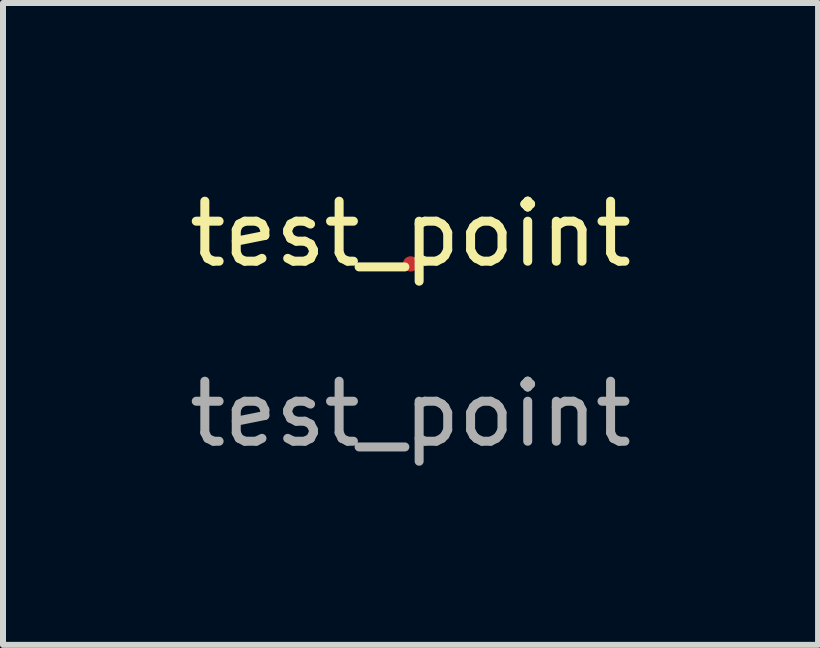
<source format=kicad_pcb>
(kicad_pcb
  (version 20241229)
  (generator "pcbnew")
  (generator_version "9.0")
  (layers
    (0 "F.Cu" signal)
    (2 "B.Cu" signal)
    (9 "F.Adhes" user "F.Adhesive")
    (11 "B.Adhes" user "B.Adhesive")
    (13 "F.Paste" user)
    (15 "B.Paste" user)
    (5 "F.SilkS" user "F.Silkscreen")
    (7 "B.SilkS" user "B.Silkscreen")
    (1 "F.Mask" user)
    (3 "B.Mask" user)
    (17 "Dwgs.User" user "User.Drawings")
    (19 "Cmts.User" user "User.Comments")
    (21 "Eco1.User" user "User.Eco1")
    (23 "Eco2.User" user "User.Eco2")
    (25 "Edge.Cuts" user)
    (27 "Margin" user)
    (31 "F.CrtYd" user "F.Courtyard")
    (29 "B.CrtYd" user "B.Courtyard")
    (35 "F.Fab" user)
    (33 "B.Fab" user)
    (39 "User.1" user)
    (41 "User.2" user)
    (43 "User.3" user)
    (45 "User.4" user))
  (footprint "test_point"
    (layer "F.Cu")
    (at 3.792 1.348)
    (property "Reference" "test_point" (at 0 -0.5 0) (unlocked yes) (layer "F.SilkS") (effects (font (size 1 1) (thickness 0.15))))
    (attr smd)
    (fp_text user "${REFERENCE}" (at 0 2.5 0) (unlocked yes) (layer "F.Fab") (effects (font (size 1 1) (thickness 0.15))))
    (pad "1" smd circle (at 0 0) (size 0.254 0.254) (layers "F.Cu" "F.Mask" "F.Paste")))
  (gr_rect
    (start -3 -3)
    (end 10.583 7.697)
    (stroke (width 0.1) (type default))
    (fill no)
    (layer "Edge.Cuts")))
</source>
